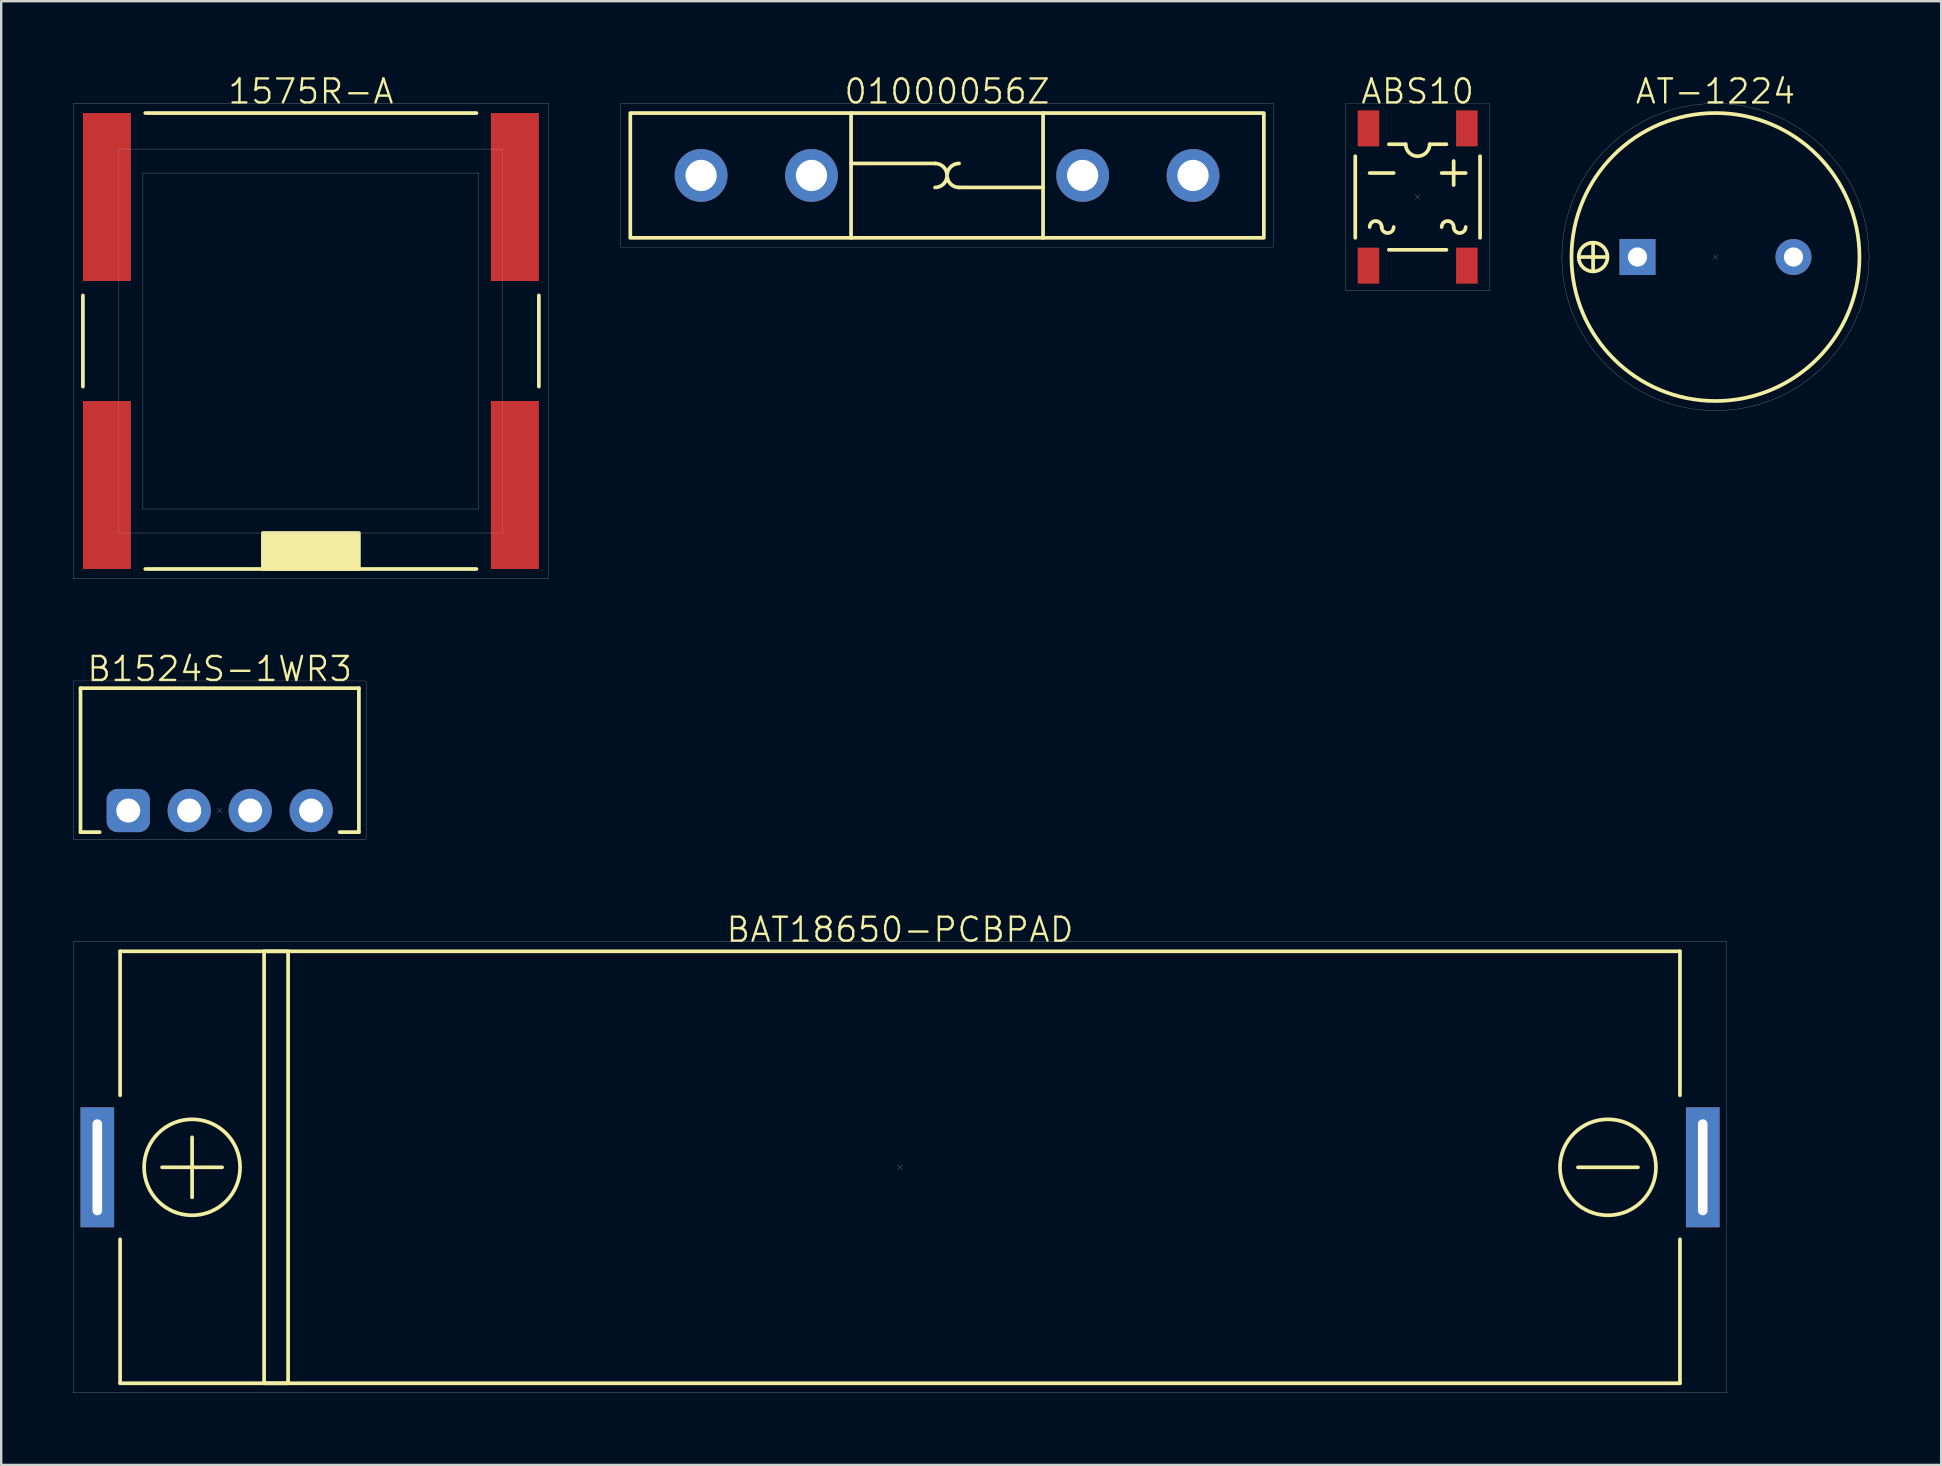
<source format=kicad_pcb>
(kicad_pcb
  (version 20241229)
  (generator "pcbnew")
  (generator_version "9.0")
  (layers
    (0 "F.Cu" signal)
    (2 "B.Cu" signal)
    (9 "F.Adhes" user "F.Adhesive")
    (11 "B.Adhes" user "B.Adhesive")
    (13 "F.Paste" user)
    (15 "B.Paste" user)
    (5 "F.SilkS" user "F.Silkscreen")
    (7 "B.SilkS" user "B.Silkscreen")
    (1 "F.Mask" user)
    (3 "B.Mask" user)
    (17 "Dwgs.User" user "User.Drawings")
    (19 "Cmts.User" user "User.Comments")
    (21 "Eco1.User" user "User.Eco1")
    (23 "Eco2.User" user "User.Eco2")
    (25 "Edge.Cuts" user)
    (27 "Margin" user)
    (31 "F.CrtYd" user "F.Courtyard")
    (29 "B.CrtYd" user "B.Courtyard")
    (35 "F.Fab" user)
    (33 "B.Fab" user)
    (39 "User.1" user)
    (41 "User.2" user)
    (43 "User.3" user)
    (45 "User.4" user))
  (footprint "ABS10"
    (layer "F.Cu")
    (at 56.025 5.16)
    (property "Reference" "ABS10" (at 0 -4.4 0) (unlocked yes) (layer "F.SilkS") (effects (font (size 1 1) (thickness 0.1))))
    (attr smd)
    (fp_line (start -2.6 1.7) (end -2.6 -1.7) (stroke (width 0.154) (type default)) (layer "F.SilkS"))
    (fp_line (start -1.2 2.2) (end 1.2 2.2) (stroke (width 0.154) (type default)) (layer "F.SilkS"))
    (fp_line (start -1 -1) (end -2 -1) (stroke (width 0.154) (type default)) (layer "F.SilkS"))
    (fp_line (start -0.5 -2.2) (end -1.2 -2.2) (stroke (width 0.154) (type default)) (layer "F.SilkS"))
    (fp_line (start 0.5 -2.2) (end 1.2 -2.2) (stroke (width 0.154) (type default)) (layer "F.SilkS"))
    (fp_line (start 1.5 -1.5) (end 1.5 -0.5) (stroke (width 0.154) (type default)) (layer "F.SilkS"))
    (fp_line (start 2 -1) (end 1 -1) (stroke (width 0.154) (type default)) (layer "F.SilkS"))
    (fp_line (start 2.6 1.7) (end 2.6 -1.7) (stroke (width 0.154) (type default)) (layer "F.SilkS"))
    (fp_arc (start -2 1.25) (mid -1.75 1) (end -1.5 1.25) (stroke (width 0.154) (type default)) (layer "F.SilkS"))
    (fp_arc (start -1 1.25) (mid -1.25 1.5) (end -1.5 1.25) (stroke (width 0.154) (type default)) (layer "F.SilkS"))
    (fp_arc (start 0.5 -2.2) (mid 0 -1.7) (end -0.5 -2.2) (stroke (width 0.154) (type default)) (layer "F.SilkS"))
    (fp_arc (start 1 1.25) (mid 1.25 1) (end 1.5 1.25) (stroke (width 0.154) (type default)) (layer "F.SilkS"))
    (fp_arc (start 2 1.25) (mid 1.75 1.5) (end 1.5 1.25) (stroke (width 0.154) (type default)) (layer "F.SilkS"))
    (fp_line (start -0.1 -0.1) (end 0.1 0.1) (stroke (width 0.01) (type default)) (layer "F.Fab"))
    (fp_line (start 0.1 -0.1) (end -0.1 0.1) (stroke (width 0.01) (type default)) (layer "F.Fab"))
    (fp_rect (start -3 -3.9) (end 3 3.9) (stroke (width 0.01) (type default)) (fill no) (layer "F.Fab"))
    (pad "1" smd rect (at 2.05 -2.86) (size 0.9 1.5) (layers "F.Cu" "F.Mask" "F.Paste"))
    (pad "2" smd rect (at 2.05 2.86) (size 0.9 1.5) (layers "F.Cu" "F.Mask" "F.Paste"))
    (pad "3" smd rect (at -2.05 2.86) (size 0.9 1.5) (layers "F.Cu" "F.Mask" "F.Paste"))
    (pad "4" smd rect (at -2.05 -2.86) (size 0.9 1.5) (layers "F.Cu" "F.Mask" "F.Paste")))
  (footprint "BAT18650-PCBPAD"
    (layer "F.Cu")
    (at 34.455 45.592)
    (property "Reference" "BAT18650-PCBPAD" (at 0 -9.9 0) (unlocked yes) (layer "F.SilkS") (effects (font (size 1 1) (thickness 0.1))))
    (attr through_hole)
    (fp_line (start -32.5 -9) (end 32.5 -9) (stroke (width 0.154) (type default)) (layer "F.SilkS"))
    (fp_line (start -32.5 -3) (end -32.5 -9) (stroke (width 0.154) (type default)) (layer "F.SilkS"))
    (fp_line (start -32.5 9) (end -32.5 3) (stroke (width 0.154) (type default)) (layer "F.SilkS"))
    (fp_line (start -30.75 0) (end -28.25 0) (stroke (width 0.154) (type default)) (layer "F.SilkS"))
    (fp_line (start -29.5 -1.25) (end -29.5 1.25) (stroke (width 0.154) (type default)) (layer "F.SilkS"))
    (fp_line (start 28.25 0) (end 30.75 0) (stroke (width 0.154) (type default)) (layer "F.SilkS"))
    (fp_line (start 32.5 -9) (end 32.5 -3) (stroke (width 0.154) (type default)) (layer "F.SilkS"))
    (fp_line (start 32.5 3) (end 32.5 9) (stroke (width 0.154) (type default)) (layer "F.SilkS"))
    (fp_line (start 32.5 9) (end -32.5 9) (stroke (width 0.154) (type default)) (layer "F.SilkS"))
    (fp_rect (start -26.5 -9) (end -25.5 9) (stroke (width 0.154) (type default)) (fill no) (layer "F.SilkS"))
    (fp_circle (center -29.5 0) (end -27.5 0) (stroke (width 0.154) (type default)) (fill no) (layer "F.SilkS"))
    (fp_circle (center 29.5 0) (end 31.5 0) (stroke (width 0.154) (type default)) (fill no) (layer "F.SilkS"))
    (fp_line (start -0.1 -0.1) (end 0.1 0.1) (stroke (width 0.01) (type default)) (layer "F.Fab"))
    (fp_line (start 0.1 -0.1) (end -0.1 0.1) (stroke (width 0.01) (type default)) (layer "F.Fab"))
    (fp_rect (start -34.45 -9.4) (end 34.45 9.4) (stroke (width 0.01) (type default)) (fill no) (layer "F.Fab"))
    (pad "+" thru_hole rect (at -33.45 0) (size 1.4 5) (drill oval 0.4 4) (layers "*.Cu" "*.Mask"))
    (pad "-" thru_hole rect (at 33.45 0) (size 1.4 5) (drill oval 0.4 4) (layers "*.Cu" "*.Mask")))
  (footprint "B1524S-1WR3"
    (layer "F.Cu")
    (at 6.105 30.726)
    (property "Reference" "B1524S-1WR3" (at 0 -5.9 0) (unlocked yes) (layer "F.SilkS") (effects (font (size 1 1) (thickness 0.1))))
    (attr through_hole)
    (fp_line (start -5.8 -5.1) (end 5.8 -5.1) (stroke (width 0.154) (type default)) (layer "F.SilkS"))
    (fp_line (start -5.8 0.9) (end -5.8 -5.1) (stroke (width 0.154) (type default)) (layer "F.SilkS"))
    (fp_line (start -5.8 0.9) (end -5 0.9) (stroke (width 0.154) (type default)) (layer "F.SilkS"))
    (fp_line (start 5.8 -5.1) (end 5.8 0.9) (stroke (width 0.154) (type default)) (layer "F.SilkS"))
    (fp_line (start 5.8 0.9) (end 5 0.9) (stroke (width 0.154) (type default)) (layer "F.SilkS"))
    (fp_line (start -0.1 -0.1) (end 0.1 0.1) (stroke (width 0.01) (type default)) (layer "F.Fab"))
    (fp_line (start 0.1 -0.1) (end -0.1 0.1) (stroke (width 0.01) (type default)) (layer "F.Fab"))
    (fp_rect (start -6.1 -5.4) (end 6.1 1.2) (stroke (width 0.01) (type default)) (fill no) (layer "F.Fab"))
    (pad "1" thru_hole roundrect (at -3.81 0) (size 1.8 1.8) (drill 1) (layers "*.Cu" "*.Mask") (roundrect_rratio 0.25))
    (pad "2" thru_hole circle (at -1.27 0) (size 1.8 1.8) (drill 1) (layers "*.Cu" "*.Mask"))
    (pad "3" thru_hole circle (at 1.27 0) (size 1.8 1.8) (drill 1) (layers "*.Cu" "*.Mask"))
    (pad "4" thru_hole circle (at 3.81 0) (size 1.8 1.8) (drill 1) (layers "*.Cu" "*.Mask")))
  (footprint "AT-1224"
    (layer "F.Cu")
    (at 68.435 7.66)
    (property "Reference" "AT-1224" (at 0 -6.9 0) (unlocked yes) (layer "F.SilkS") (effects (font (size 1 1) (thickness 0.1))))
    (attr through_hole)
    (fp_line (start -5.6 0) (end -4.6 0) (stroke (width 0.154) (type default)) (layer "F.SilkS"))
    (fp_line (start -5.1 -0.5) (end -5.1 0.5) (stroke (width 0.154) (type default)) (layer "F.SilkS"))
    (fp_circle (center -5.1 0) (end -4.5 0) (stroke (width 0.154) (type default)) (fill no) (layer "F.SilkS"))
    (fp_circle (center 0 0) (end 6 0) (stroke (width 0.154) (type default)) (fill no) (layer "F.SilkS"))
    (fp_line (start -0.1 -0.1) (end 0.1 0.1) (stroke (width 0.01) (type default)) (layer "F.Fab"))
    (fp_line (start 0.1 -0.1) (end -0.1 0.1) (stroke (width 0.01) (type default)) (layer "F.Fab"))
    (fp_circle (center 0 0) (end 6.4 0) (stroke (width 0.01) (type default)) (fill no) (layer "F.Fab"))
    (pad "1" thru_hole circle (at 3.25 0) (size 1.5 1.5) (drill 0.8) (layers "*.Cu" "*.Mask"))
    (pad "2" thru_hole rect (at -3.25 0) (size 1.5 1.5) (drill 0.8) (layers "*.Cu" "*.Mask")))
  (footprint "01000056Z"
    (layer "F.Cu")
    (at 36.415 4.261)
    (property "Reference" "01000056Z" (at 0 -3.5 0) (unlocked yes) (layer "F.SilkS") (effects (font (size 1 1) (thickness 0.1))))
    (attr through_hole)
    (fp_line (start -4 -2.6) (end -4 2.6) (stroke (width 0.154) (type default)) (layer "F.SilkS"))
    (fp_line (start -4 -0.5) (end -0.5 -0.5) (stroke (width 0.154) (type default)) (layer "F.SilkS"))
    (fp_line (start 0.5 0.5) (end 4 0.5) (stroke (width 0.154) (type default)) (layer "F.SilkS"))
    (fp_line (start 4 -2.6) (end 4 2.6) (stroke (width 0.154) (type default)) (layer "F.SilkS"))
    (fp_rect (start -13.2 -2.6) (end 13.2 2.6) (stroke (width 0.154) (type default)) (fill no) (layer "F.SilkS"))
    (fp_arc (start -0.5 -0.5) (mid 0 0) (end -0.5 0.5) (stroke (width 0.154) (type default)) (layer "F.SilkS"))
    (fp_arc (start 0.5 0.5) (mid 0 0) (end 0.5 -0.5) (stroke (width 0.154) (type default)) (layer "F.SilkS"))
    (fp_line (start -0.1 -0.1) (end 0.1 0.1) (stroke (width 0.01) (type default)) (layer "F.Fab"))
    (fp_line (start 0.1 -0.1) (end -0.1 0.1) (stroke (width 0.01) (type default)) (layer "F.Fab"))
    (fp_rect (start -13.6 -3) (end 13.6 3) (stroke (width 0.01) (type default)) (fill no) (layer "F.Fab"))
    (pad "1" thru_hole circle (at -10.25 0) (size 2.2 2.2) (drill 1.3) (layers "*.Cu" "*.Mask"))
    (pad "1" thru_hole circle (at -5.65 0) (size 2.2 2.2) (drill 1.3) (layers "*.Cu" "*.Mask"))
    (pad "2" thru_hole circle (at 5.65 0) (size 2.2 2.2) (drill 1.3) (layers "*.Cu" "*.Mask"))
    (pad "2" thru_hole circle (at 10.25 0) (size 2.2 2.2) (drill 1.3) (layers "*.Cu" "*.Mask")))
  (footprint "1575R-A"
    (layer "F.Cu")
    (at 9.905 11.161)
    (property "Reference" "1575R-A" (at 0 -10.4 0) (unlocked yes) (layer "F.SilkS") (effects (font (size 1 1) (thickness 0.1))))
    (attr smd)
    (fp_line (start -9.5 1.9) (end -9.5 -1.9) (stroke (width 0.154) (type default)) (layer "F.SilkS"))
    (fp_line (start -6.9 -9.5) (end 6.9 -9.5) (stroke (width 0.154) (type default)) (layer "F.SilkS"))
    (fp_line (start 6.9 9.5) (end -6.9 9.5) (stroke (width 0.154) (type default)) (layer "F.SilkS"))
    (fp_line (start 9.5 -1.9) (end 9.5 1.9) (stroke (width 0.154) (type default)) (layer "F.SilkS"))
    (fp_rect (start -2 8) (end 2 9.5) (stroke (width 0.154) (type solid)) (fill yes) (layer "F.SilkS"))
    (fp_rect (start -9.9 -9.9) (end 9.9 9.9) (stroke (width 0.01) (type default)) (fill no) (layer "F.Fab"))
    (fp_rect (start -8 -8) (end 8 8) (stroke (width 0.01) (type default)) (fill no) (layer "F.Fab"))
    (fp_rect (start -7 -7) (end 7 7) (stroke (width 0.01) (type default)) (fill no) (layer "F.Fab"))
    (pad "1" smd rect (at -8.5 6 90) (size 7 2) (layers "F.Cu" "F.Mask" "F.Paste"))
    (pad "2" smd rect (at 8.5 6 90) (size 7 2) (layers "F.Cu" "F.Mask" "F.Paste"))
    (pad "3" smd rect (at 8.5 -6 90) (size 7 2) (layers "F.Cu" "F.Mask" "F.Paste"))
    (pad "4" smd rect (at -8.5 -6 90) (size 7 2) (layers "F.Cu" "F.Mask" "F.Paste")))
  (gr_rect
    (start -3 -3)
    (end 77.84 57.996)
    (stroke (width 0.1) (type default))
    (fill no)
    (layer "Edge.Cuts")))
</source>
